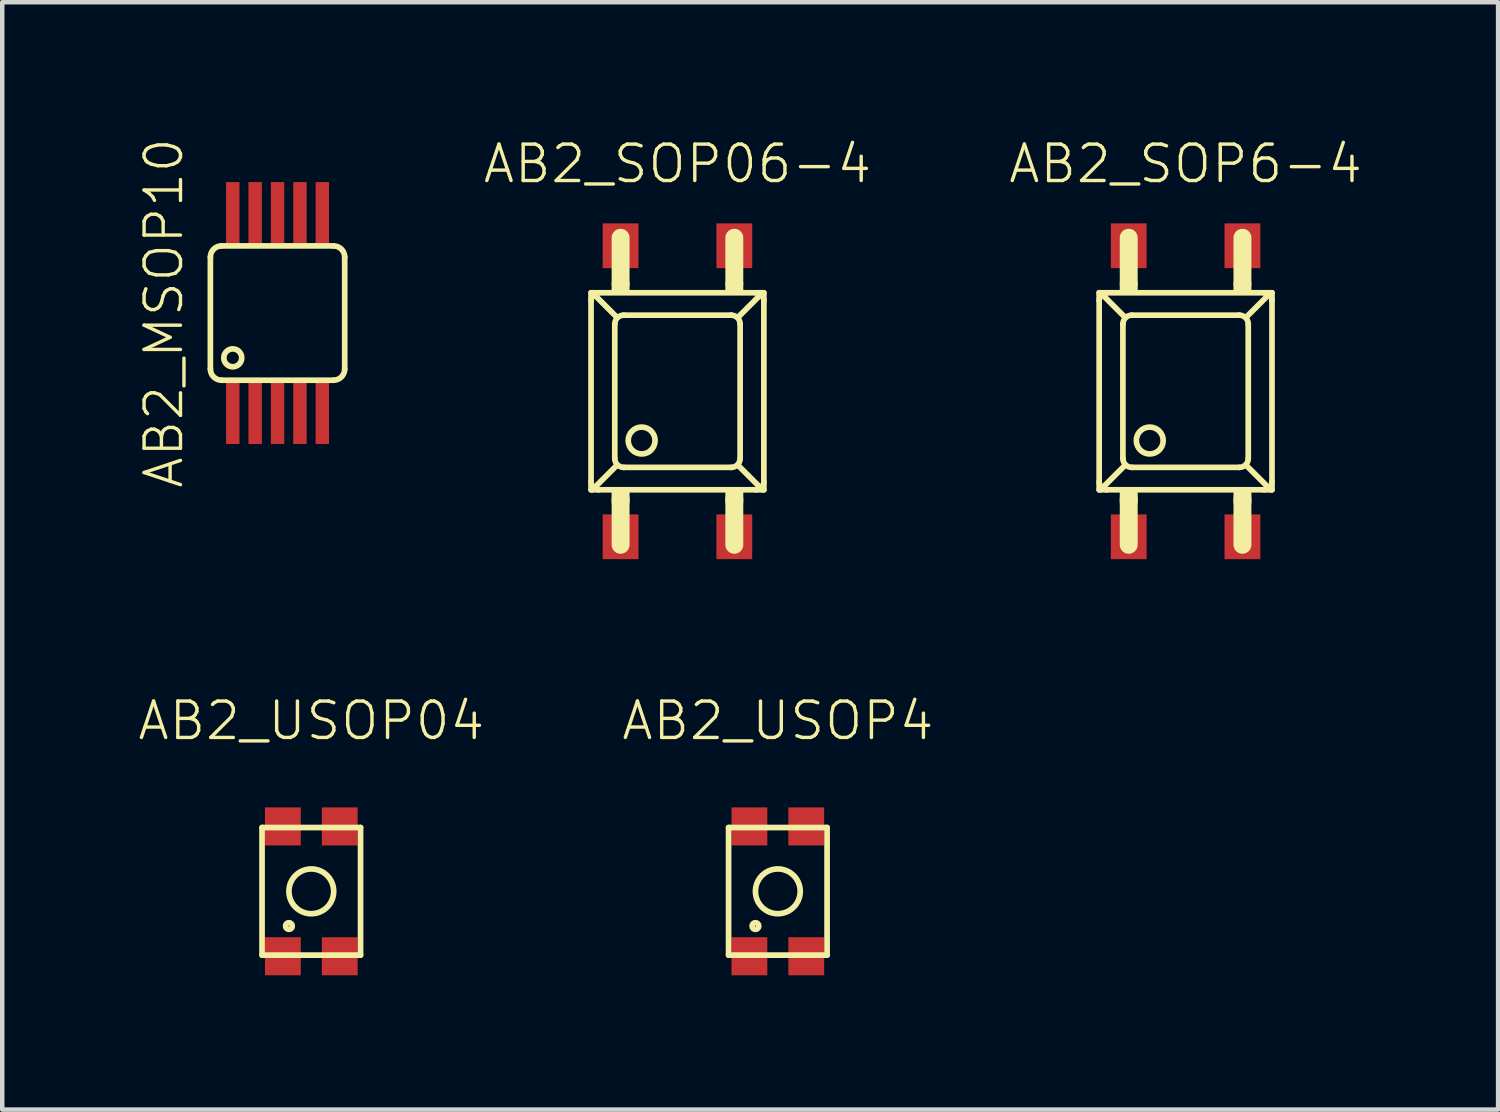
<source format=kicad_pcb>
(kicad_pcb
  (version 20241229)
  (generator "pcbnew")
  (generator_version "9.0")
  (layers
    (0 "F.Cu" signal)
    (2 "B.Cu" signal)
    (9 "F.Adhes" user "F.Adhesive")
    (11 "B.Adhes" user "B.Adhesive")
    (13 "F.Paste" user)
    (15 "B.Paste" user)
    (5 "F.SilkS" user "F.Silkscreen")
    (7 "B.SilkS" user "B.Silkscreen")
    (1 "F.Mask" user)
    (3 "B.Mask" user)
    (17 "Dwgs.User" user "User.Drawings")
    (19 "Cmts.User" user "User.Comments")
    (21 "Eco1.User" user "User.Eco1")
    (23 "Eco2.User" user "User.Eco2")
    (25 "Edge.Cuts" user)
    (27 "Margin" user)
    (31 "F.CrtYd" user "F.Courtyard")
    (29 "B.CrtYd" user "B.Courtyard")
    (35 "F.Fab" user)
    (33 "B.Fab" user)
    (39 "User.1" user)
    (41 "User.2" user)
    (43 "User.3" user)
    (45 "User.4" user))
  (footprint "AB2_USOP04"
    (layer "F.Cu")
    (at 3.903 16.858)
    (property "Reference" "AB2_USOP04" (at 0 -3.81 0) (layer "F.SilkS") (effects (font (size 0.813 0.813) (thickness 0.076))))
    (attr through_hole)
    (fp_line (start -1.1 -1.425) (end 1.1 -1.425) (stroke (width 0.127) (type solid)) (layer "F.SilkS"))
    (fp_line (start -1.1 1.425) (end -1.1 -1.425) (stroke (width 0.127) (type solid)) (layer "F.SilkS"))
    (fp_line (start 1.1 -1.425) (end 1.1 1.425) (stroke (width 0.127) (type solid)) (layer "F.SilkS"))
    (fp_line (start 1.1 1.425) (end -1.1 1.425) (stroke (width 0.127) (type solid)) (layer "F.SilkS"))
    (fp_circle (center -0.5 0.775) (end -0.5 0.7) (stroke (width 0.127) (type solid)) (fill no) (layer "F.SilkS"))
    (fp_circle (center 0 0) (end 0 -0.5) (stroke (width 0.127) (type solid)) (fill no) (layer "F.SilkS"))
    (pad "1" smd rect (at -0.635 1.45) (size 0.8 0.85) (layers "F.Cu" "F.Mask" "F.Paste"))
    (pad "2" smd rect (at 0.635 1.45) (size 0.8 0.85) (layers "F.Cu" "F.Mask" "F.Paste"))
    (pad "3" smd rect (at 0.635 -1.45) (size 0.8 0.85) (layers "F.Cu" "F.Mask" "F.Paste"))
    (pad "4" smd rect (at -0.635 -1.45) (size 0.8 0.85) (layers "F.Cu" "F.Mask" "F.Paste")))
  (footprint "AB2_SOP06-4"
    (layer "F.Cu")
    (at 12.081 5.689)
    (property "Reference" "AB2_SOP06-4" (at 0 -5.08 0) (layer "F.SilkS") (effects (font (size 0.813 0.813) (thickness 0.076))))
    (attr through_hole)
    (fp_line (start -1.93 -2.2) (end 1.93 -2.2) (stroke (width 0.127) (type solid)) (layer "F.SilkS"))
    (fp_line (start -1.93 2.2) (end -1.93 -2.2) (stroke (width 0.127) (type solid)) (layer "F.SilkS"))
    (fp_line (start -1.4 1.5) (end -1.4 -1.5) (stroke (width 0.127) (type solid)) (layer "F.SilkS"))
    (fp_line (start -1.397 -2.223) (end -1.397 -2.413) (stroke (width 0.147) (type solid)) (layer "F.SilkS"))
    (fp_line (start -1.397 2.223) (end -1.397 2.477) (stroke (width 0.147) (type solid)) (layer "F.SilkS"))
    (fp_line (start -1.35 -1.65) (end -1.9 -2.2) (stroke (width 0.127) (type solid)) (layer "F.SilkS"))
    (fp_line (start -1.35 1.65) (end -1.9 2.2) (stroke (width 0.127) (type solid)) (layer "F.SilkS"))
    (fp_line (start -1.27 -2.413) (end -1.27 -3.429) (stroke (width 0.4) (type solid)) (layer "F.SilkS"))
    (fp_line (start -1.27 3.429) (end -1.27 2.413) (stroke (width 0.4) (type solid)) (layer "F.SilkS"))
    (fp_line (start -1.2 -1.7) (end 1.2 -1.7) (stroke (width 0.127) (type solid)) (layer "F.SilkS"))
    (fp_line (start -1.143 -2.413) (end -1.143 -2.223) (stroke (width 0.147) (type solid)) (layer "F.SilkS"))
    (fp_line (start -1.143 2.223) (end -1.143 2.477) (stroke (width 0.147) (type solid)) (layer "F.SilkS"))
    (fp_line (start 1.143 -2.223) (end 1.143 -2.413) (stroke (width 0.147) (type solid)) (layer "F.SilkS"))
    (fp_line (start 1.143 2.223) (end 1.143 2.477) (stroke (width 0.147) (type solid)) (layer "F.SilkS"))
    (fp_line (start 1.2 1.7) (end -1.2 1.7) (stroke (width 0.127) (type solid)) (layer "F.SilkS"))
    (fp_line (start 1.27 -2.413) (end 1.27 -3.429) (stroke (width 0.4) (type solid)) (layer "F.SilkS"))
    (fp_line (start 1.27 3.429) (end 1.27 2.413) (stroke (width 0.4) (type solid)) (layer "F.SilkS"))
    (fp_line (start 1.35 -1.65) (end 1.9 -2.2) (stroke (width 0.127) (type solid)) (layer "F.SilkS"))
    (fp_line (start 1.35 1.65) (end 1.9 2.2) (stroke (width 0.127) (type solid)) (layer "F.SilkS"))
    (fp_line (start 1.397 -2.223) (end 1.397 -2.413) (stroke (width 0.147) (type solid)) (layer "F.SilkS"))
    (fp_line (start 1.397 2.223) (end 1.397 2.477) (stroke (width 0.147) (type solid)) (layer "F.SilkS"))
    (fp_line (start 1.4 -1.5) (end 1.4 1.5) (stroke (width 0.127) (type solid)) (layer "F.SilkS"))
    (fp_line (start 1.93 -2.2) (end 1.93 2.2) (stroke (width 0.127) (type solid)) (layer "F.SilkS"))
    (fp_line (start 1.93 2.2) (end -1.93 2.2) (stroke (width 0.127) (type solid)) (layer "F.SilkS"))
    (fp_arc (start -1.93 -2.02) (mid -1.877279 -2.147279) (end -1.75 -2.2) (stroke (width 0.127) (type solid)) (layer "F.SilkS"))
    (fp_arc (start -1.75 2.2) (mid -1.877279 2.147279) (end -1.93 2.02) (stroke (width 0.127) (type solid)) (layer "F.SilkS"))
    (fp_arc (start -1.4 -1.5) (mid -1.341421 -1.641421) (end -1.2 -1.7) (stroke (width 0.127) (type solid)) (layer "F.SilkS"))
    (fp_arc (start -1.2 1.7) (mid -1.341421 1.641421) (end -1.4 1.5) (stroke (width 0.127) (type solid)) (layer "F.SilkS"))
    (fp_arc (start 1.2 -1.7) (mid 1.341421 -1.641421) (end 1.4 -1.5) (stroke (width 0.127) (type solid)) (layer "F.SilkS"))
    (fp_arc (start 1.4 1.5) (mid 1.341421 1.641421) (end 1.2 1.7) (stroke (width 0.127) (type solid)) (layer "F.SilkS"))
    (fp_arc (start 1.75 -2.2) (mid 1.877279 -2.147279) (end 1.93 -2.02) (stroke (width 0.127) (type solid)) (layer "F.SilkS"))
    (fp_arc (start 1.93 2.02) (mid 1.877279 2.147279) (end 1.75 2.2) (stroke (width 0.127) (type solid)) (layer "F.SilkS"))
    (fp_circle (center -0.8 1.1) (end -0.5 1.1) (stroke (width 0.127) (type solid)) (fill no) (layer "F.SilkS"))
    (pad "1" smd rect (at -1.27 3.25) (size 0.8 1) (layers "F.Cu" "F.Mask" "F.Paste"))
    (pad "2" smd rect (at 1.27 3.25) (size 0.8 1) (layers "F.Cu" "F.Mask" "F.Paste"))
    (pad "3" smd rect (at 1.27 -3.25) (size 0.8 1) (layers "F.Cu" "F.Mask" "F.Paste"))
    (pad "4" smd rect (at -1.27 -3.25) (size 0.8 1) (layers "F.Cu" "F.Mask" "F.Paste")))
  (footprint "AB2_SOP6-4"
    (layer "F.Cu")
    (at 23.43 5.689)
    (property "Reference" "AB2_SOP6-4" (at 0 -5.08 0) (layer "F.SilkS") (effects (font (size 0.813 0.813) (thickness 0.076))))
    (attr through_hole)
    (fp_line (start -1.93 -2.2) (end 1.93 -2.2) (stroke (width 0.127) (type solid)) (layer "F.SilkS"))
    (fp_line (start -1.93 2.2) (end -1.93 -2.2) (stroke (width 0.127) (type solid)) (layer "F.SilkS"))
    (fp_line (start -1.4 1.5) (end -1.4 -1.5) (stroke (width 0.127) (type solid)) (layer "F.SilkS"))
    (fp_line (start -1.397 -2.223) (end -1.397 -2.413) (stroke (width 0.147) (type solid)) (layer "F.SilkS"))
    (fp_line (start -1.397 2.223) (end -1.397 2.477) (stroke (width 0.147) (type solid)) (layer "F.SilkS"))
    (fp_line (start -1.35 -1.65) (end -1.9 -2.2) (stroke (width 0.127) (type solid)) (layer "F.SilkS"))
    (fp_line (start -1.35 1.65) (end -1.9 2.2) (stroke (width 0.127) (type solid)) (layer "F.SilkS"))
    (fp_line (start -1.27 -2.413) (end -1.27 -3.429) (stroke (width 0.4) (type solid)) (layer "F.SilkS"))
    (fp_line (start -1.27 3.429) (end -1.27 2.413) (stroke (width 0.4) (type solid)) (layer "F.SilkS"))
    (fp_line (start -1.2 -1.7) (end 1.2 -1.7) (stroke (width 0.127) (type solid)) (layer "F.SilkS"))
    (fp_line (start -1.143 -2.413) (end -1.143 -2.223) (stroke (width 0.147) (type solid)) (layer "F.SilkS"))
    (fp_line (start -1.143 2.223) (end -1.143 2.477) (stroke (width 0.147) (type solid)) (layer "F.SilkS"))
    (fp_line (start 1.143 -2.223) (end 1.143 -2.413) (stroke (width 0.147) (type solid)) (layer "F.SilkS"))
    (fp_line (start 1.143 2.223) (end 1.143 2.477) (stroke (width 0.147) (type solid)) (layer "F.SilkS"))
    (fp_line (start 1.2 1.7) (end -1.2 1.7) (stroke (width 0.127) (type solid)) (layer "F.SilkS"))
    (fp_line (start 1.27 -2.413) (end 1.27 -3.429) (stroke (width 0.4) (type solid)) (layer "F.SilkS"))
    (fp_line (start 1.27 3.429) (end 1.27 2.413) (stroke (width 0.4) (type solid)) (layer "F.SilkS"))
    (fp_line (start 1.35 -1.65) (end 1.9 -2.2) (stroke (width 0.127) (type solid)) (layer "F.SilkS"))
    (fp_line (start 1.35 1.65) (end 1.9 2.2) (stroke (width 0.127) (type solid)) (layer "F.SilkS"))
    (fp_line (start 1.397 -2.223) (end 1.397 -2.413) (stroke (width 0.147) (type solid)) (layer "F.SilkS"))
    (fp_line (start 1.397 2.223) (end 1.397 2.477) (stroke (width 0.147) (type solid)) (layer "F.SilkS"))
    (fp_line (start 1.4 -1.5) (end 1.4 1.5) (stroke (width 0.127) (type solid)) (layer "F.SilkS"))
    (fp_line (start 1.93 -2.2) (end 1.93 2.2) (stroke (width 0.127) (type solid)) (layer "F.SilkS"))
    (fp_line (start 1.93 2.2) (end -1.93 2.2) (stroke (width 0.127) (type solid)) (layer "F.SilkS"))
    (fp_arc (start -1.93 -2.02) (mid -1.877279 -2.147279) (end -1.75 -2.2) (stroke (width 0.127) (type solid)) (layer "F.SilkS"))
    (fp_arc (start -1.75 2.2) (mid -1.877279 2.147279) (end -1.93 2.02) (stroke (width 0.127) (type solid)) (layer "F.SilkS"))
    (fp_arc (start -1.4 -1.5) (mid -1.341421 -1.641421) (end -1.2 -1.7) (stroke (width 0.127) (type solid)) (layer "F.SilkS"))
    (fp_arc (start -1.2 1.7) (mid -1.341421 1.641421) (end -1.4 1.5) (stroke (width 0.127) (type solid)) (layer "F.SilkS"))
    (fp_arc (start 1.2 -1.7) (mid 1.341421 -1.641421) (end 1.4 -1.5) (stroke (width 0.127) (type solid)) (layer "F.SilkS"))
    (fp_arc (start 1.4 1.5) (mid 1.341421 1.641421) (end 1.2 1.7) (stroke (width 0.127) (type solid)) (layer "F.SilkS"))
    (fp_arc (start 1.75 -2.2) (mid 1.877279 -2.147279) (end 1.93 -2.02) (stroke (width 0.127) (type solid)) (layer "F.SilkS"))
    (fp_arc (start 1.93 2.02) (mid 1.877279 2.147279) (end 1.75 2.2) (stroke (width 0.127) (type solid)) (layer "F.SilkS"))
    (fp_circle (center -0.8 1.1) (end -0.5 1.1) (stroke (width 0.127) (type solid)) (fill no) (layer "F.SilkS"))
    (pad "1" smd rect (at -1.27 3.25) (size 0.8 1) (layers "F.Cu" "F.Mask" "F.Paste"))
    (pad "2" smd rect (at 1.27 3.25) (size 0.8 1) (layers "F.Cu" "F.Mask" "F.Paste"))
    (pad "3" smd rect (at 1.27 -3.25) (size 0.8 1) (layers "F.Cu" "F.Mask" "F.Paste"))
    (pad "4" smd rect (at -1.27 -3.25) (size 0.8 1) (layers "F.Cu" "F.Mask" "F.Paste")))
  (footprint "AB2_USOP4"
    (layer "F.Cu")
    (at 14.323 16.858)
    (property "Reference" "AB2_USOP4" (at 0 -3.81 0) (layer "F.SilkS") (effects (font (size 0.813 0.813) (thickness 0.076))))
    (attr through_hole)
    (fp_line (start -1.1 -1.425) (end 1.1 -1.425) (stroke (width 0.127) (type solid)) (layer "F.SilkS"))
    (fp_line (start -1.1 1.425) (end -1.1 -1.425) (stroke (width 0.127) (type solid)) (layer "F.SilkS"))
    (fp_line (start 1.1 -1.425) (end 1.1 1.425) (stroke (width 0.127) (type solid)) (layer "F.SilkS"))
    (fp_line (start 1.1 1.425) (end -1.1 1.425) (stroke (width 0.127) (type solid)) (layer "F.SilkS"))
    (fp_circle (center -0.5 0.775) (end -0.5 0.7) (stroke (width 0.127) (type solid)) (fill no) (layer "F.SilkS"))
    (fp_circle (center 0 0) (end 0 -0.5) (stroke (width 0.127) (type solid)) (fill no) (layer "F.SilkS"))
    (pad "1" smd rect (at -0.635 1.45) (size 0.8 0.85) (layers "F.Cu" "F.Mask" "F.Paste"))
    (pad "2" smd rect (at 0.635 1.45) (size 0.8 0.85) (layers "F.Cu" "F.Mask" "F.Paste"))
    (pad "3" smd rect (at 0.635 -1.45) (size 0.8 0.85) (layers "F.Cu" "F.Mask" "F.Paste"))
    (pad "4" smd rect (at -0.635 -1.45) (size 0.8 0.85) (layers "F.Cu" "F.Mask" "F.Paste")))
  (footprint "AB2_MSOP10"
    (layer "F.Cu")
    (at 3.149 3.942)
    (property "Reference" "AB2_MSOP10" (at -2.54 0 90) (layer "F.SilkS") (effects (font (size 0.813 0.813) (thickness 0.076))))
    (attr through_hole)
    (fp_line (start -1.5 1.25) (end -1.5 -1.25) (stroke (width 0.127) (type solid)) (layer "F.SilkS"))
    (fp_line (start -1.25 -1.5) (end 1.25 -1.5) (stroke (width 0.127) (type solid)) (layer "F.SilkS"))
    (fp_line (start 1.25 1.5) (end -1.25 1.5) (stroke (width 0.127) (type solid)) (layer "F.SilkS"))
    (fp_line (start 1.5 -1.25) (end 1.5 1.25) (stroke (width 0.127) (type solid)) (layer "F.SilkS"))
    (fp_arc (start -1.5 -1.25) (mid -1.426777 -1.426777) (end -1.25 -1.5) (stroke (width 0.127) (type solid)) (layer "F.SilkS"))
    (fp_arc (start -1.25 1.5) (mid -1.426777 1.426777) (end -1.5 1.25) (stroke (width 0.127) (type solid)) (layer "F.SilkS"))
    (fp_arc (start 1.25 -1.5) (mid 1.426777 -1.426777) (end 1.5 -1.25) (stroke (width 0.127) (type solid)) (layer "F.SilkS"))
    (fp_arc (start 1.5 1.25) (mid 1.426777 1.426777) (end 1.25 1.5) (stroke (width 0.127) (type solid)) (layer "F.SilkS"))
    (fp_circle (center -1 1) (end -1 1.2) (stroke (width 0.127) (type solid)) (fill no) (layer "F.SilkS"))
    (pad "1" smd rect (at -1 2.2) (size 0.3 1.45) (layers "F.Cu" "F.Mask" "F.Paste"))
    (pad "2" smd rect (at -0.5 2.2) (size 0.3 1.45) (layers "F.Cu" "F.Mask" "F.Paste"))
    (pad "3" smd rect (at 0 2.2) (size 0.3 1.45) (layers "F.Cu" "F.Mask" "F.Paste"))
    (pad "4" smd rect (at 0.5 2.2) (size 0.3 1.45) (layers "F.Cu" "F.Mask" "F.Paste"))
    (pad "5" smd rect (at 1 2.2) (size 0.3 1.45) (layers "F.Cu" "F.Mask" "F.Paste"))
    (pad "6" smd rect (at 1 -2.2) (size 0.3 1.45) (layers "F.Cu" "F.Mask" "F.Paste"))
    (pad "7" smd rect (at 0.5 -2.2) (size 0.3 1.45) (layers "F.Cu" "F.Mask" "F.Paste"))
    (pad "8" smd rect (at 0 -2.2) (size 0.3 1.45) (layers "F.Cu" "F.Mask" "F.Paste"))
    (pad "9" smd rect (at -0.5 -2.2) (size 0.3 1.45) (layers "F.Cu" "F.Mask" "F.Paste"))
    (pad "10" smd rect (at -1 -2.2) (size 0.3 1.45) (layers "F.Cu" "F.Mask" "F.Paste")))
  (gr_rect
    (start -3 -3)
    (end 30.41 21.733)
    (stroke (width 0.1) (type default))
    (fill no)
    (layer "Edge.Cuts")))
</source>
